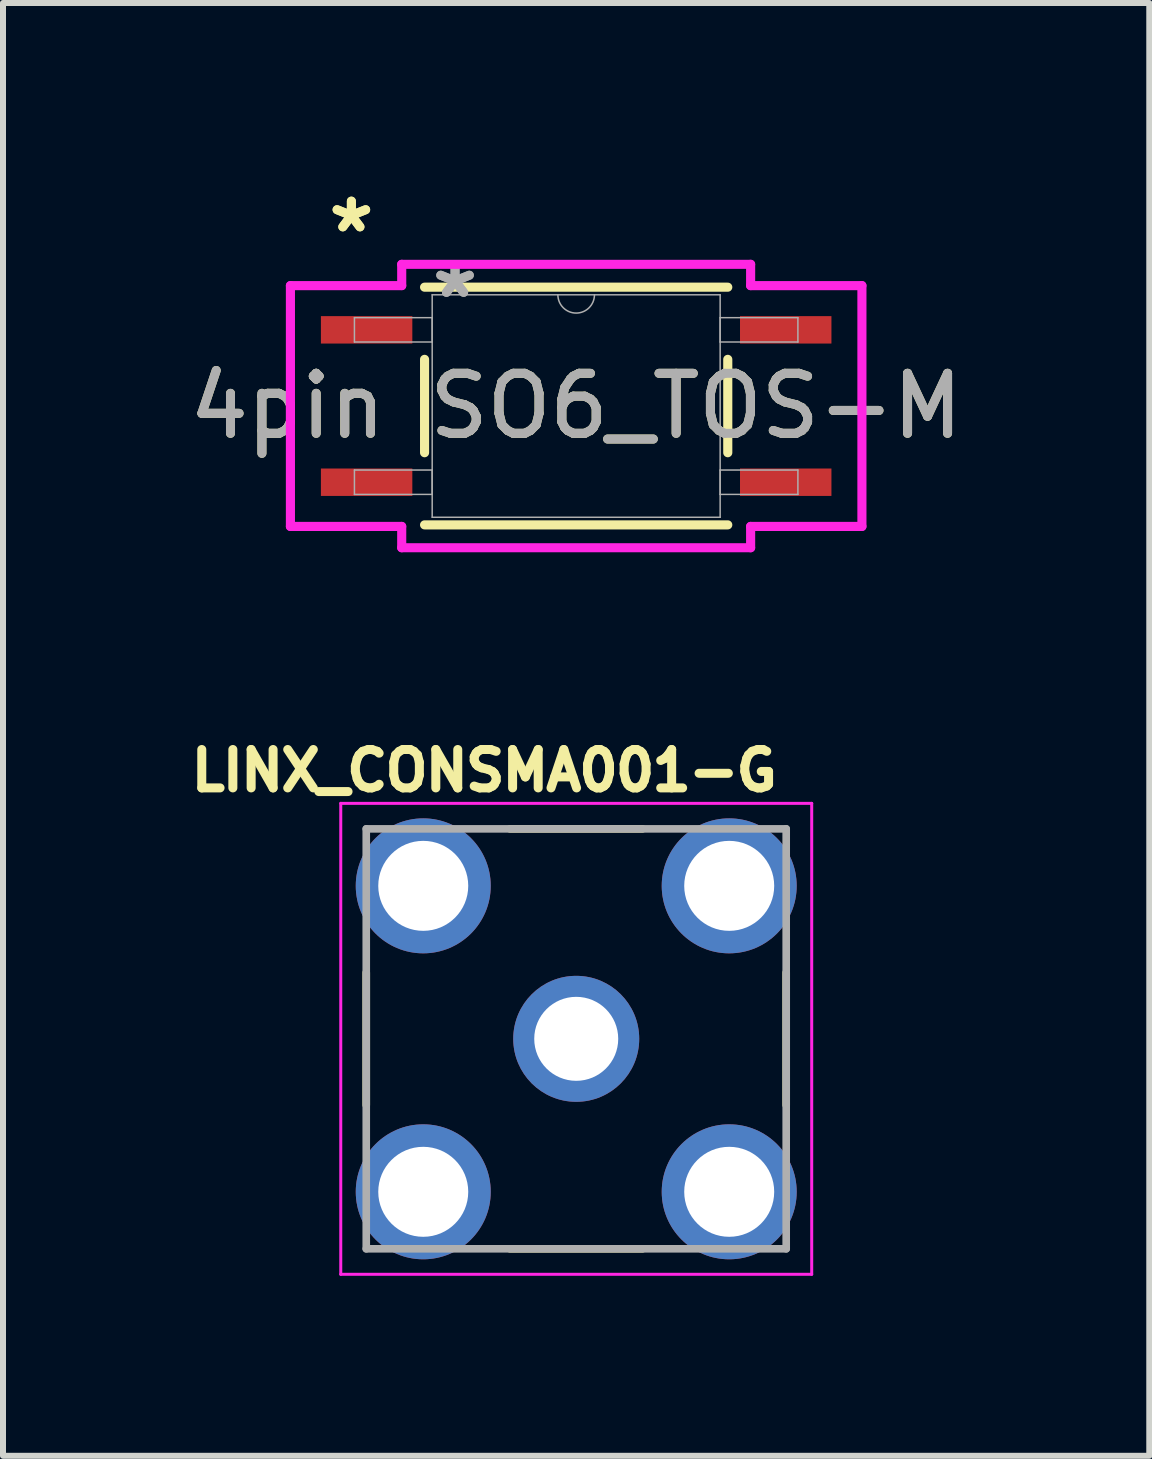
<source format=kicad_pcb>
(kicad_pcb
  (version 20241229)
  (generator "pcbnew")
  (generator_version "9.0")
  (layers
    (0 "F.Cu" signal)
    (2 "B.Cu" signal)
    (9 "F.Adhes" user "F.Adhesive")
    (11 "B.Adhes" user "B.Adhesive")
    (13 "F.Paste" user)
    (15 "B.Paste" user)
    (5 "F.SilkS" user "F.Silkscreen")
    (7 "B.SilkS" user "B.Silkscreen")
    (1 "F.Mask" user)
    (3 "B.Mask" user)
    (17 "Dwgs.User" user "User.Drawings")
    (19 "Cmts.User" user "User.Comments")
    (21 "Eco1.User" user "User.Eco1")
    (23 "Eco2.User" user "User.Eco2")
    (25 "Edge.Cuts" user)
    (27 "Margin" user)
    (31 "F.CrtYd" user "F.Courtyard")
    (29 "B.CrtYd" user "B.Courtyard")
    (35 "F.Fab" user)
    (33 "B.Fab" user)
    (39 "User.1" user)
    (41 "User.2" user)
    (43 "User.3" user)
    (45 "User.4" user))
  (footprint "4pin SO6_TOS-M"
    (layer "F.Cu")
    (at 6.554 3.718)
    (property "Reference" "4pin SO6_TOS-M" (at 0 0 0) (unlocked yes) (layer "F.SilkS") (effects (font (size 1 1) (thickness 0.15))))
    (attr smd)
    (fp_line (start -2.527 -0.778) (end -2.527 0.778) (stroke (width 0.152) (type solid)) (layer "F.SilkS"))
    (fp_line (start -2.527 1.981) (end 2.527 1.981) (stroke (width 0.152) (type solid)) (layer "F.SilkS"))
    (fp_line (start 2.527 -1.981) (end -2.527 -1.981) (stroke (width 0.152) (type solid)) (layer "F.SilkS"))
    (fp_line (start 2.527 0.778) (end 2.527 -0.778) (stroke (width 0.152) (type solid)) (layer "F.SilkS"))
    (fp_line (start -4.763 -2.007) (end -2.908 -2.007) (stroke (width 0.152) (type solid)) (layer "F.CrtYd"))
    (fp_line (start -4.763 2.007) (end -4.763 -2.007) (stroke (width 0.152) (type solid)) (layer "F.CrtYd"))
    (fp_line (start -4.763 2.007) (end -2.908 2.007) (stroke (width 0.152) (type solid)) (layer "F.CrtYd"))
    (fp_line (start -2.908 -2.362) (end 2.908 -2.362) (stroke (width 0.152) (type solid)) (layer "F.CrtYd"))
    (fp_line (start -2.908 -2.007) (end -2.908 -2.362) (stroke (width 0.152) (type solid)) (layer "F.CrtYd"))
    (fp_line (start -2.908 2.362) (end -2.908 2.007) (stroke (width 0.152) (type solid)) (layer "F.CrtYd"))
    (fp_line (start 2.908 -2.362) (end 2.908 -2.007) (stroke (width 0.152) (type solid)) (layer "F.CrtYd"))
    (fp_line (start 2.908 2.007) (end 2.908 2.362) (stroke (width 0.152) (type solid)) (layer "F.CrtYd"))
    (fp_line (start 2.908 2.362) (end -2.908 2.362) (stroke (width 0.152) (type solid)) (layer "F.CrtYd"))
    (fp_line (start 4.763 -2.007) (end 2.908 -2.007) (stroke (width 0.152) (type solid)) (layer "F.CrtYd"))
    (fp_line (start 4.763 -2.007) (end 4.763 2.007) (stroke (width 0.152) (type solid)) (layer "F.CrtYd"))
    (fp_line (start 4.763 2.007) (end 2.908 2.007) (stroke (width 0.152) (type solid)) (layer "F.CrtYd"))
    (fp_line (start -3.696 -1.473) (end -3.696 -1.067) (stroke (width 0.025) (type solid)) (layer "F.Fab"))
    (fp_line (start -3.696 -1.067) (end -2.4 -1.067) (stroke (width 0.025) (type solid)) (layer "F.Fab"))
    (fp_line (start -3.696 1.067) (end -3.696 1.473) (stroke (width 0.025) (type solid)) (layer "F.Fab"))
    (fp_line (start -3.696 1.473) (end -2.4 1.473) (stroke (width 0.025) (type solid)) (layer "F.Fab"))
    (fp_line (start -2.4 -1.854) (end -2.4 1.854) (stroke (width 0.025) (type solid)) (layer "F.Fab"))
    (fp_line (start -2.4 -1.473) (end -3.696 -1.473) (stroke (width 0.025) (type solid)) (layer "F.Fab"))
    (fp_line (start -2.4 -1.067) (end -2.4 -1.473) (stroke (width 0.025) (type solid)) (layer "F.Fab"))
    (fp_line (start -2.4 1.067) (end -3.696 1.067) (stroke (width 0.025) (type solid)) (layer "F.Fab"))
    (fp_line (start -2.4 1.473) (end -2.4 1.067) (stroke (width 0.025) (type solid)) (layer "F.Fab"))
    (fp_line (start -2.4 1.854) (end 2.4 1.854) (stroke (width 0.025) (type solid)) (layer "F.Fab"))
    (fp_line (start 2.4 -1.854) (end -2.4 -1.854) (stroke (width 0.025) (type solid)) (layer "F.Fab"))
    (fp_line (start 2.4 -1.473) (end 2.4 -1.067) (stroke (width 0.025) (type solid)) (layer "F.Fab"))
    (fp_line (start 2.4 -1.067) (end 3.696 -1.067) (stroke (width 0.025) (type solid)) (layer "F.Fab"))
    (fp_line (start 2.4 1.067) (end 2.4 1.473) (stroke (width 0.025) (type solid)) (layer "F.Fab"))
    (fp_line (start 2.4 1.473) (end 3.696 1.473) (stroke (width 0.025) (type solid)) (layer "F.Fab"))
    (fp_line (start 2.4 1.854) (end 2.4 -1.854) (stroke (width 0.025) (type solid)) (layer "F.Fab"))
    (fp_line (start 3.696 -1.473) (end 2.4 -1.473) (stroke (width 0.025) (type solid)) (layer "F.Fab"))
    (fp_line (start 3.696 -1.067) (end 3.696 -1.473) (stroke (width 0.025) (type solid)) (layer "F.Fab"))
    (fp_line (start 3.696 1.067) (end 2.4 1.067) (stroke (width 0.025) (type solid)) (layer "F.Fab"))
    (fp_line (start 3.696 1.473) (end 3.696 1.067) (stroke (width 0.025) (type solid)) (layer "F.Fab"))
    (fp_arc (start 0.3048 -1.8542) (mid 0 -1.5494) (end -0.3048 -1.8542) (stroke (width 0.0254) (type solid)) (layer "F.Fab"))
    (fp_text user "*" (at -3.747 -2.87 0) (layer "F.SilkS") (effects (font (size 1 1) (thickness 0.15))))
    (fp_text user "*" (at -3.747 -2.87 0) (unlocked yes) (layer "F.SilkS") (effects (font (size 1 1) (thickness 0.15))))
    (fp_text user "${REFERENCE}" (at 0 0 0) (unlocked yes) (layer "F.Fab") (effects (font (size 1 1) (thickness 0.15))))
    (fp_text user "*" (at -2.019 -1.778 0) (unlocked yes) (layer "F.Fab") (effects (font (size 1 1) (thickness 0.15))))
    (fp_text user "*" (at -2.019 -1.778 0) (layer "F.Fab") (effects (font (size 1 1) (thickness 0.15))))
    (pad "1" smd rect (at -3.493 -1.27) (size 1.524 0.457) (layers "F.Cu" "F.Mask" "F.Paste"))
    (pad "2" smd rect (at -3.493 1.27) (size 1.524 0.457) (layers "F.Cu" "F.Mask" "F.Paste"))
    (pad "3" smd rect (at 3.493 1.27) (size 1.524 0.457) (layers "F.Cu" "F.Mask" "F.Paste"))
    (pad "4" smd rect (at 3.493 -1.27) (size 1.524 0.457) (layers "F.Cu" "F.Mask" "F.Paste")))
  (footprint "LINX_CONSMA001-G"
    (layer "F.Cu")
    (at 6.555 14.266)
    (property "Reference" "LINX_CONSMA001-G" (at -1.533 -4.471 0) (layer "F.SilkS") (effects (font (size 0.64 0.64) (thickness 0.15))))
    (attr through_hole)
    (fp_line (start -3.5 -1.105) (end -3.5 1.105) (stroke (width 0.127) (type solid)) (layer "F.SilkS"))
    (fp_line (start 1.105 -3.5) (end -1.105 -3.5) (stroke (width 0.127) (type solid)) (layer "F.SilkS"))
    (fp_line (start 1.105 3.5) (end -1.105 3.5) (stroke (width 0.127) (type solid)) (layer "F.SilkS"))
    (fp_line (start 3.5 -1.105) (end 3.5 1.105) (stroke (width 0.127) (type solid)) (layer "F.SilkS"))
    (fp_line (start -3.925 -3.925) (end -3.925 3.925) (stroke (width 0.05) (type solid)) (layer "F.CrtYd"))
    (fp_line (start -3.925 3.925) (end 3.925 3.925) (stroke (width 0.05) (type solid)) (layer "F.CrtYd"))
    (fp_line (start 3.925 -3.925) (end -3.925 -3.925) (stroke (width 0.05) (type solid)) (layer "F.CrtYd"))
    (fp_line (start 3.925 3.925) (end 3.925 -3.925) (stroke (width 0.05) (type solid)) (layer "F.CrtYd"))
    (fp_line (start -3.5 -3.5) (end -3.5 3.5) (stroke (width 0.127) (type solid)) (layer "F.Fab"))
    (fp_line (start -3.5 3.5) (end 3.5 3.5) (stroke (width 0.127) (type solid)) (layer "F.Fab"))
    (fp_line (start 3.5 -3.5) (end -3.5 -3.5) (stroke (width 0.127) (type solid)) (layer "F.Fab"))
    (fp_line (start 3.5 3.5) (end 3.5 -3.5) (stroke (width 0.127) (type solid)) (layer "F.Fab"))
    (pad "1" thru_hole circle (at 0 0) (size 2.1 2.1) (drill 1.4) (layers "*.Cu" "*.Mask"))
    (pad "S1" thru_hole circle (at -2.55 -2.55) (size 2.25 2.25) (drill 1.5) (layers "*.Cu" "*.Mask"))
    (pad "S2" thru_hole circle (at -2.55 2.55) (size 2.25 2.25) (drill 1.5) (layers "*.Cu" "*.Mask"))
    (pad "S3" thru_hole circle (at 2.55 2.55) (size 2.25 2.25) (drill 1.5) (layers "*.Cu" "*.Mask"))
    (pad "S4" thru_hole circle (at 2.55 -2.55) (size 2.25 2.25) (drill 1.5) (layers "*.Cu" "*.Mask")))
  (gr_rect
    (start -3 -3)
    (end 16.107 21.216)
    (stroke (width 0.1) (type default))
    (fill no)
    (layer "Edge.Cuts")))
</source>
